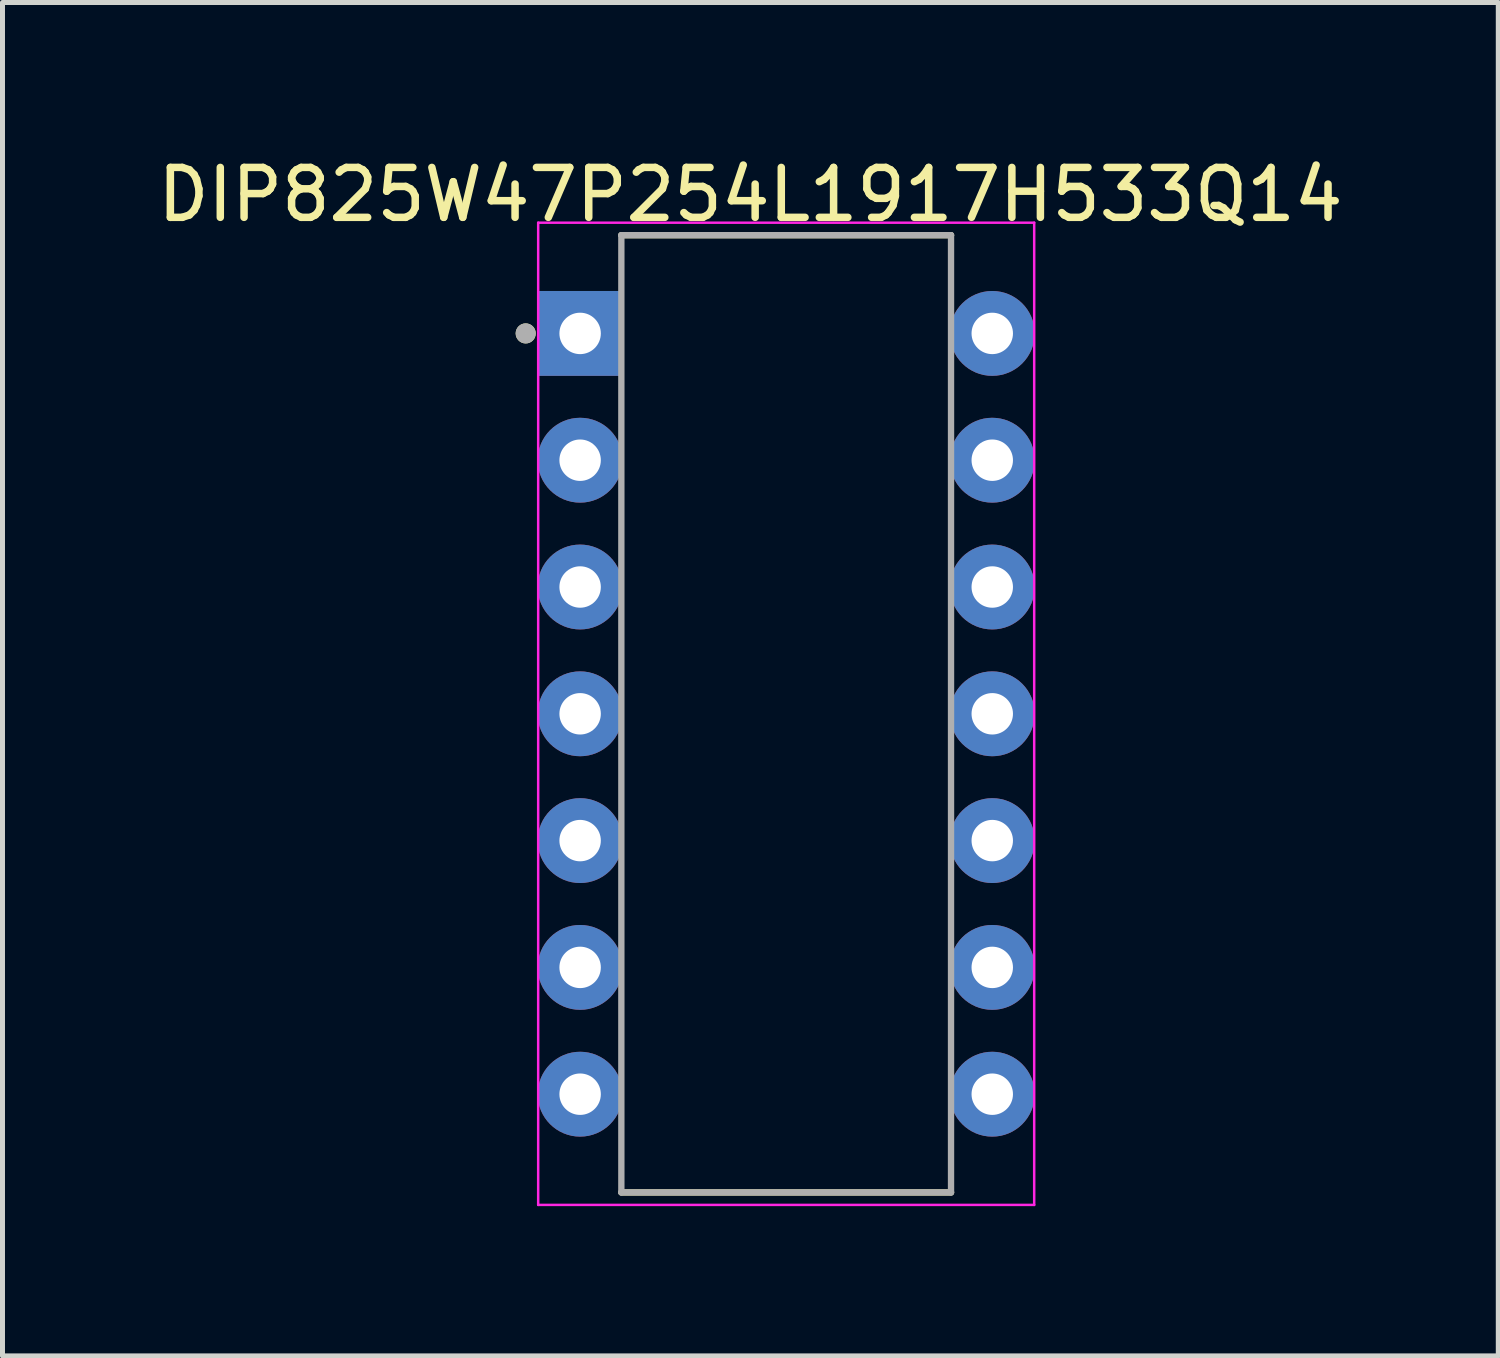
<source format=kicad_pcb>
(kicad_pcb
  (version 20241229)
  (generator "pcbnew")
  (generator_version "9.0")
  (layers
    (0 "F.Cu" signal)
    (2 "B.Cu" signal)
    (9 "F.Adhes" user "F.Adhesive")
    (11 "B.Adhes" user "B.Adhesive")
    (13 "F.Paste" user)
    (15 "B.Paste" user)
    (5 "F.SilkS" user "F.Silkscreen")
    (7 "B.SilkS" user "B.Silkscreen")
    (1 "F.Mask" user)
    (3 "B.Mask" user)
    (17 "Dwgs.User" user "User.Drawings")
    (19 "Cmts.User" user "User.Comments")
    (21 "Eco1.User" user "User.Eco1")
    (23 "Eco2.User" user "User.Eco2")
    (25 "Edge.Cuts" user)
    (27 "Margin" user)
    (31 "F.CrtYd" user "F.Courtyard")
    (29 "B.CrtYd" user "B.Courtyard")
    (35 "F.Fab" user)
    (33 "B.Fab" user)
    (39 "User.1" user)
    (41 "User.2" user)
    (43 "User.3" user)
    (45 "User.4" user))
  (footprint "DIP825W47P254L1917H533Q14"
    (layer "F.Cu")
    (at 12.699 11.249)
    (property "Reference" "DIP825W47P254L1917H533Q14" (at -0.717 -10.4 180) (layer "F.SilkS") (effects (font (size 1 1) (thickness 0.15))))
    (attr through_hole)
    (fp_line (start -3.302 -9.588) (end 3.302 -9.588) (stroke (width 0.127) (type solid)) (layer "F.SilkS"))
    (fp_line (start -3.302 9.588) (end 3.302 9.588) (stroke (width 0.127) (type solid)) (layer "F.SilkS"))
    (fp_circle (center -5.218 -7.62) (end -5.117 -7.62) (stroke (width 0.2) (type solid)) (fill no) (layer "F.SilkS"))
    (fp_line (start -4.968 -9.838) (end -4.968 9.838) (stroke (width 0.05) (type solid)) (layer "F.CrtYd"))
    (fp_line (start 4.968 -9.838) (end -4.968 -9.838) (stroke (width 0.05) (type solid)) (layer "F.CrtYd"))
    (fp_line (start 4.968 -9.838) (end 4.968 9.838) (stroke (width 0.05) (type solid)) (layer "F.CrtYd"))
    (fp_line (start 4.968 9.838) (end -4.968 9.838) (stroke (width 0.05) (type solid)) (layer "F.CrtYd"))
    (fp_line (start -3.302 -9.588) (end -3.302 9.588) (stroke (width 0.127) (type solid)) (layer "F.Fab"))
    (fp_line (start -3.302 -9.588) (end 3.302 -9.588) (stroke (width 0.127) (type solid)) (layer "F.Fab"))
    (fp_line (start -3.302 9.588) (end 3.302 9.588) (stroke (width 0.127) (type solid)) (layer "F.Fab"))
    (fp_line (start 3.302 -9.588) (end 3.302 9.588) (stroke (width 0.127) (type solid)) (layer "F.Fab"))
    (fp_circle (center -5.218 -7.62) (end -5.117 -7.62) (stroke (width 0.2) (type solid)) (fill no) (layer "F.Fab"))
    (pad "1" thru_hole rect (at -4.128 -7.62) (size 1.7 1.7) (drill 0.83) (layers "*.Cu" "*.Mask"))
    (pad "2" thru_hole circle (at -4.128 -5.08) (size 1.7 1.7) (drill 0.83) (layers "*.Cu" "*.Mask"))
    (pad "3" thru_hole circle (at -4.128 -2.54) (size 1.7 1.7) (drill 0.83) (layers "*.Cu" "*.Mask"))
    (pad "4" thru_hole circle (at -4.128 0) (size 1.7 1.7) (drill 0.83) (layers "*.Cu" "*.Mask"))
    (pad "5" thru_hole circle (at -4.128 2.54) (size 1.7 1.7) (drill 0.83) (layers "*.Cu" "*.Mask"))
    (pad "6" thru_hole circle (at -4.128 5.08) (size 1.7 1.7) (drill 0.83) (layers "*.Cu" "*.Mask"))
    (pad "7" thru_hole circle (at -4.128 7.62) (size 1.7 1.7) (drill 0.83) (layers "*.Cu" "*.Mask"))
    (pad "8" thru_hole circle (at 4.128 7.62) (size 1.7 1.7) (drill 0.83) (layers "*.Cu" "*.Mask"))
    (pad "9" thru_hole circle (at 4.128 5.08) (size 1.7 1.7) (drill 0.83) (layers "*.Cu" "*.Mask"))
    (pad "10" thru_hole circle (at 4.128 2.54) (size 1.7 1.7) (drill 0.83) (layers "*.Cu" "*.Mask"))
    (pad "11" thru_hole circle (at 4.128 0) (size 1.7 1.7) (drill 0.83) (layers "*.Cu" "*.Mask"))
    (pad "12" thru_hole circle (at 4.128 -2.54) (size 1.7 1.7) (drill 0.83) (layers "*.Cu" "*.Mask"))
    (pad "13" thru_hole circle (at 4.128 -5.08) (size 1.7 1.7) (drill 0.83) (layers "*.Cu" "*.Mask"))
    (pad "14" thru_hole circle (at 4.128 -7.62) (size 1.7 1.7) (drill 0.83) (layers "*.Cu" "*.Mask")))
  (gr_rect
    (start -3 -3)
    (end 26.964 24.112)
    (stroke (width 0.1) (type default))
    (fill no)
    (layer "Edge.Cuts")))
</source>
